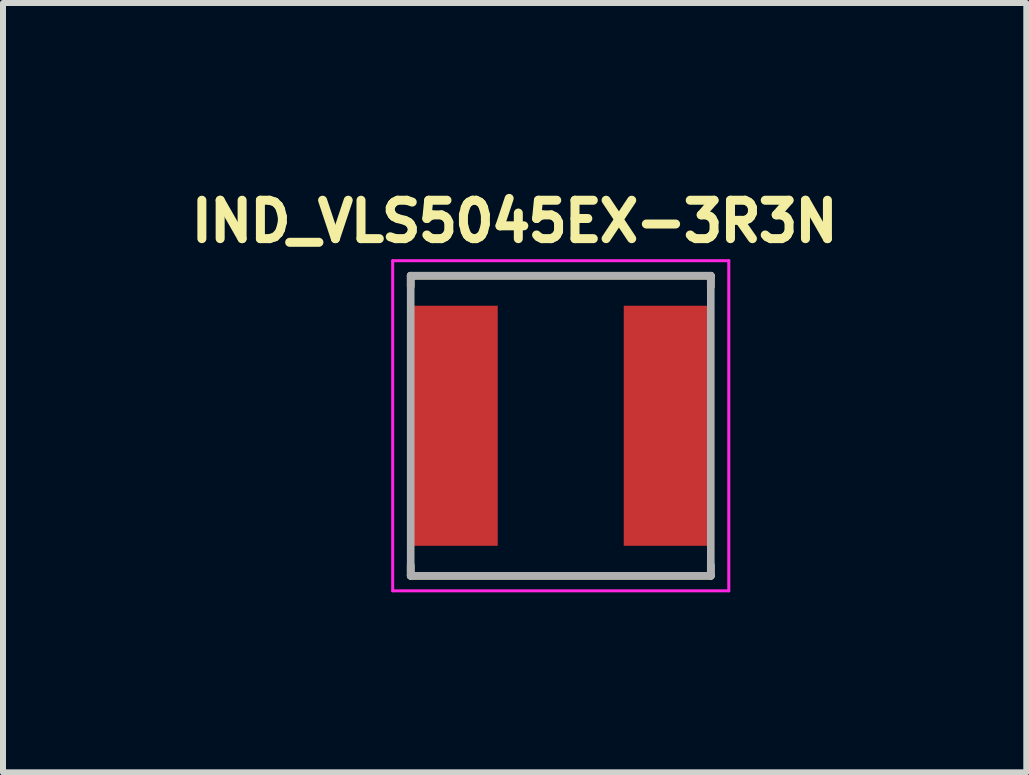
<source format=kicad_pcb>
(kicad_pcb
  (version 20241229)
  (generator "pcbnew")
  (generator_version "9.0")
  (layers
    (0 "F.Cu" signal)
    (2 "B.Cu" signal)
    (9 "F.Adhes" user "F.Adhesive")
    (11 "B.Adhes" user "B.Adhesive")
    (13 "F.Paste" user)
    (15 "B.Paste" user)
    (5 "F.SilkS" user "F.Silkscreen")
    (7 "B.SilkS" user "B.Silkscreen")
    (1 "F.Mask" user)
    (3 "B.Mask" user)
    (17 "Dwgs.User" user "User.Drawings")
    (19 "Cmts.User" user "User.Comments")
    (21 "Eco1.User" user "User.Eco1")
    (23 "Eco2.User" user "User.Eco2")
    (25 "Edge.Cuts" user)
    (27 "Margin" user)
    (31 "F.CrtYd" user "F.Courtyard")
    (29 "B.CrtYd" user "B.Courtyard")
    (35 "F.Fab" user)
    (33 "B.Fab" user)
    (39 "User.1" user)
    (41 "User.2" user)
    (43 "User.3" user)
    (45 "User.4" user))
  (footprint "IND_VLS5045EX-3R3N"
    (layer "F.Cu")
    (at 6.293 4.044)
    (property "Reference" "IND_VLS5045EX-3R3N" (at -0.768 -3.406 0) (layer "F.SilkS") (effects (font (size 0.64 0.64) (thickness 0.15))))
    (attr smd)
    (fp_line (start -2.5 -2.5) (end -2.5 -2.32) (stroke (width 0.127) (type solid)) (layer "F.SilkS"))
    (fp_line (start -2.5 -2.5) (end 2.5 -2.5) (stroke (width 0.127) (type solid)) (layer "F.SilkS"))
    (fp_line (start -2.5 2.5) (end -2.5 2.32) (stroke (width 0.127) (type solid)) (layer "F.SilkS"))
    (fp_line (start -2.5 2.5) (end 2.5 2.5) (stroke (width 0.127) (type solid)) (layer "F.SilkS"))
    (fp_line (start 2.5 -2.5) (end 2.5 -2.32) (stroke (width 0.127) (type solid)) (layer "F.SilkS"))
    (fp_line (start 2.5 2.5) (end 2.5 2.32) (stroke (width 0.127) (type solid)) (layer "F.SilkS"))
    (fp_line (start -2.8 -2.75) (end -2.8 2.75) (stroke (width 0.05) (type solid)) (layer "F.CrtYd"))
    (fp_line (start -2.8 2.75) (end 2.8 2.75) (stroke (width 0.05) (type solid)) (layer "F.CrtYd"))
    (fp_line (start 2.8 -2.75) (end -2.8 -2.75) (stroke (width 0.05) (type solid)) (layer "F.CrtYd"))
    (fp_line (start 2.8 2.75) (end 2.8 -2.75) (stroke (width 0.05) (type solid)) (layer "F.CrtYd"))
    (fp_line (start -2.5 -2.5) (end -2.5 2.5) (stroke (width 0.127) (type solid)) (layer "F.Fab"))
    (fp_line (start -2.5 -2.5) (end 2.5 -2.5) (stroke (width 0.127) (type solid)) (layer "F.Fab"))
    (fp_line (start -2.5 2.5) (end 2.5 2.5) (stroke (width 0.127) (type solid)) (layer "F.Fab"))
    (fp_line (start 2.5 -2.5) (end 2.5 2.5) (stroke (width 0.127) (type solid)) (layer "F.Fab"))
    (pad "1" smd rect (at -1.8 0) (size 1.5 4) (layers "F.Cu" "F.Mask" "F.Paste"))
    (pad "2" smd rect (at 1.8 0) (size 1.5 4) (layers "F.Cu" "F.Mask" "F.Paste")))
  (gr_rect
    (start -3 -3)
    (end 14.05 9.819)
    (stroke (width 0.1) (type default))
    (fill no)
    (layer "Edge.Cuts")))
</source>
